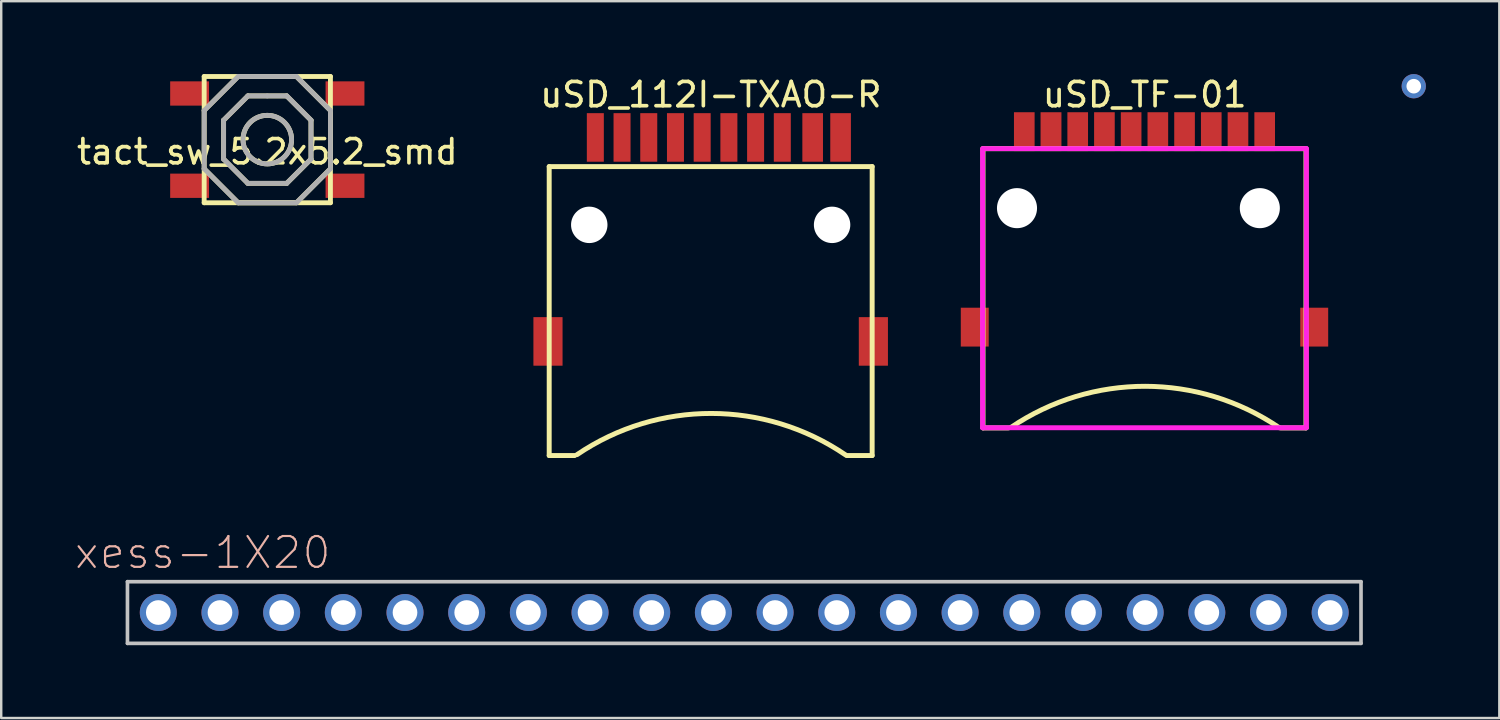
<source format=kicad_pcb>
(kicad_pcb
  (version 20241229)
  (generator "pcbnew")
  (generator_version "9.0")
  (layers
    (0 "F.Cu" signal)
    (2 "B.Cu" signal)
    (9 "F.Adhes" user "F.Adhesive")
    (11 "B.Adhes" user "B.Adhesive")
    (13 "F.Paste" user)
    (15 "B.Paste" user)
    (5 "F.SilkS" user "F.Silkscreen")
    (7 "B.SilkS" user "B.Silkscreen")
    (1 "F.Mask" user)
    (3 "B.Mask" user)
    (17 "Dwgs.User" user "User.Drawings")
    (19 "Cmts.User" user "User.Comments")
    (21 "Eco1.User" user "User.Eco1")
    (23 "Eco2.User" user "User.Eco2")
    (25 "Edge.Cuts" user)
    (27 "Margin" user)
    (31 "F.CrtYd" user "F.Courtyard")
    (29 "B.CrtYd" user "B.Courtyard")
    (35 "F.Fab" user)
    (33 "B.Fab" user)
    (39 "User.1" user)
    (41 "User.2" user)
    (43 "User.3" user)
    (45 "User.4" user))
  (footprint "uSD_112I-TXAO-R"
    (layer "F.Cu")
    (at 26.217 1.61)
    (property "Reference" "uSD_112I-TXAO-R" (at 0.008 -0.762 0) (layer "F.SilkS") (effects (font (size 1 1) (thickness 0.15))))
    (attr smd)
    (fp_line (start -6.65 2.2) (end 6.65 2.2) (stroke (width 0.203) (type solid)) (layer "F.SilkS"))
    (fp_line (start -6.65 14.1) (end -6.65 2.2) (stroke (width 0.203) (type solid)) (layer "F.SilkS"))
    (fp_line (start -6.65 14.1) (end -5.6 14.1) (stroke (width 0.203) (type solid)) (layer "F.SilkS"))
    (fp_line (start 5.6 14.1) (end 6.65 14.1) (stroke (width 0.203) (type solid)) (layer "F.SilkS"))
    (fp_line (start 6.65 2.2) (end 6.65 14.1) (stroke (width 0.203) (type solid)) (layer "F.SilkS"))
    (fp_arc (start -5.502641 14.062027) (mid 0.026134 12.366689) (end 5.551798 14.07214) (stroke (width 0.2032) (type solid)) (layer "F.SilkS"))
    (pad "" np_thru_hole circle (at -5 4.6) (size 1.5 1.5) (drill 1.5) (layers "*.Cu" "*.Mask"))
    (pad "" np_thru_hole circle (at 5 4.6) (size 1.5 1.5) (drill 1.5) (layers "*.Cu" "*.Mask"))
    (pad "1" smd rect (at 2.95 1) (size 0.7 2) (layers "F.Cu" "F.Mask" "F.Paste"))
    (pad "2" smd rect (at 1.85 1) (size 0.7 2) (layers "F.Cu" "F.Mask" "F.Paste"))
    (pad "3" smd rect (at 0.75 1) (size 0.7 2) (layers "F.Cu" "F.Mask" "F.Paste"))
    (pad "4" smd rect (at -0.35 1) (size 0.7 2) (layers "F.Cu" "F.Mask" "F.Paste"))
    (pad "5" smd rect (at -1.45 1) (size 0.7 2) (layers "F.Cu" "F.Mask" "F.Paste"))
    (pad "6" smd rect (at -2.55 1) (size 0.7 2) (layers "F.Cu" "F.Mask" "F.Paste"))
    (pad "7" smd rect (at -3.65 1) (size 0.7 2) (layers "F.Cu" "F.Mask" "F.Paste"))
    (pad "8" smd rect (at -4.75 1) (size 0.7 2) (layers "F.Cu" "F.Mask" "F.Paste"))
    (pad "CD" smd rect (at 5.35 1) (size 0.85 2) (layers "F.Cu" "F.Mask" "F.Paste"))
    (pad "GND" smd rect (at 4.2 1) (size 0.85 2) (layers "F.Cu" "F.Mask" "F.Paste"))
    (pad "SH" smd rect (at -6.7 9.4) (size 1.2 2) (layers "F.Cu" "F.Mask" "F.Paste"))
    (pad "SH" smd rect (at 6.7 9.4) (size 1.2 2) (layers "F.Cu" "F.Mask" "F.Paste")))
  (footprint "tact_sw_5.2x5.2_smd"
    (layer "F.Cu")
    (at 7.958 2.7)
    (property "Reference" "tact_sw_5.2x5.2_smd" (at 0 0.5 0) (layer "F.SilkS") (effects (font (size 1 1) (thickness 0.15))))
    (attr through_hole)
    (fp_line (start -2.6 -2.6) (end 2.6 -2.6) (stroke (width 0.2) (type solid)) (layer "F.SilkS"))
    (fp_line (start -2.6 -1.2) (end -1.2 -2.6) (stroke (width 0.2) (type solid)) (layer "F.SilkS"))
    (fp_line (start -2.6 2.6) (end -2.6 -2.6) (stroke (width 0.2) (type solid)) (layer "F.SilkS"))
    (fp_line (start -1.8 -0.8) (end -0.8 -1.8) (stroke (width 0.2) (type solid)) (layer "F.SilkS"))
    (fp_line (start -1.8 0.8) (end -1.8 -0.8) (stroke (width 0.2) (type solid)) (layer "F.SilkS"))
    (fp_line (start -1.2 -2.6) (end 1.2 -2.6) (stroke (width 0.2) (type solid)) (layer "F.SilkS"))
    (fp_line (start -1.2 2.6) (end -2.6 1.2) (stroke (width 0.2) (type solid)) (layer "F.SilkS"))
    (fp_line (start -0.8 -1.8) (end 0.8 -1.8) (stroke (width 0.2) (type solid)) (layer "F.SilkS"))
    (fp_line (start -0.8 1.8) (end -1.8 0.8) (stroke (width 0.2) (type solid)) (layer "F.SilkS"))
    (fp_line (start 0.8 -1.8) (end 1.8 -0.8) (stroke (width 0.2) (type solid)) (layer "F.SilkS"))
    (fp_line (start 0.8 1.8) (end -0.8 1.8) (stroke (width 0.2) (type solid)) (layer "F.SilkS"))
    (fp_line (start 1.2 -2.6) (end 2.6 -1.2) (stroke (width 0.2) (type solid)) (layer "F.SilkS"))
    (fp_line (start 1.2 2.6) (end -1.2 2.6) (stroke (width 0.2) (type solid)) (layer "F.SilkS"))
    (fp_line (start 1.8 -0.8) (end 1.8 0.8) (stroke (width 0.2) (type solid)) (layer "F.SilkS"))
    (fp_line (start 1.8 0.8) (end 0.8 1.8) (stroke (width 0.2) (type solid)) (layer "F.SilkS"))
    (fp_line (start 2.6 -2.6) (end 2.6 2.6) (stroke (width 0.2) (type solid)) (layer "F.SilkS"))
    (fp_line (start 2.6 -1.2) (end 2.6 1.2) (stroke (width 0.2) (type solid)) (layer "F.SilkS"))
    (fp_line (start 2.6 1.2) (end 1.2 2.6) (stroke (width 0.2) (type solid)) (layer "F.SilkS"))
    (fp_line (start 2.6 2.6) (end -2.6 2.6) (stroke (width 0.2) (type solid)) (layer "F.SilkS"))
    (fp_circle (center 0 0) (end 0 -1) (stroke (width 0.2) (type solid)) (fill no) (layer "F.SilkS"))
    (fp_line (start -2.6 -2.6) (end 2.6 -2.6) (stroke (width 0.001) (type solid)) (layer "F.CrtYd"))
    (fp_line (start -2.6 2.6) (end -2.6 -2.6) (stroke (width 0.001) (type solid)) (layer "F.CrtYd"))
    (fp_line (start 2.6 -2.6) (end 2.6 2.6) (stroke (width 0.001) (type solid)) (layer "F.CrtYd"))
    (fp_line (start 2.6 2.6) (end -2.6 2.6) (stroke (width 0.001) (type solid)) (layer "F.CrtYd"))
    (fp_line (start -2.6 -1.2) (end -1.2 -2.6) (stroke (width 0.2) (type solid)) (layer "F.Fab"))
    (fp_line (start -2.6 1.2) (end -2.6 -1.2) (stroke (width 0.2) (type solid)) (layer "F.Fab"))
    (fp_line (start -1.8 -0.8) (end -0.8 -1.8) (stroke (width 0.2) (type solid)) (layer "F.Fab"))
    (fp_line (start -1.8 0.8) (end -1.8 -0.8) (stroke (width 0.2) (type solid)) (layer "F.Fab"))
    (fp_line (start -1.2 -2.6) (end 1.2 -2.6) (stroke (width 0.2) (type solid)) (layer "F.Fab"))
    (fp_line (start -1.2 2.6) (end -2.6 1.2) (stroke (width 0.2) (type solid)) (layer "F.Fab"))
    (fp_line (start -0.8 -1.8) (end 0 -1.8) (stroke (width 0.2) (type solid)) (layer "F.Fab"))
    (fp_line (start -0.8 1.8) (end -1.8 0.8) (stroke (width 0.2) (type solid)) (layer "F.Fab"))
    (fp_line (start 0 -1.8) (end 0.8 -1.8) (stroke (width 0.2) (type solid)) (layer "F.Fab"))
    (fp_line (start 0.8 -1.8) (end 1.8 -0.8) (stroke (width 0.2) (type solid)) (layer "F.Fab"))
    (fp_line (start 0.8 1.8) (end -0.8 1.8) (stroke (width 0.2) (type solid)) (layer "F.Fab"))
    (fp_line (start 1.2 -2.6) (end 2.6 -1.2) (stroke (width 0.2) (type solid)) (layer "F.Fab"))
    (fp_line (start 1.2 2.6) (end -1.2 2.6) (stroke (width 0.2) (type solid)) (layer "F.Fab"))
    (fp_line (start 1.8 -0.8) (end 1.8 0.8) (stroke (width 0.2) (type solid)) (layer "F.Fab"))
    (fp_line (start 1.8 0.8) (end 0.8 1.8) (stroke (width 0.2) (type solid)) (layer "F.Fab"))
    (fp_line (start 2.6 -1.2) (end 2.6 1.2) (stroke (width 0.2) (type solid)) (layer "F.Fab"))
    (fp_line (start 2.6 1.2) (end 1.2 2.6) (stroke (width 0.2) (type solid)) (layer "F.Fab"))
    (fp_circle (center 0 0) (end 0 -1) (stroke (width 0.2) (type solid)) (fill no) (layer "F.Fab"))
    (pad "1" smd rect (at -3.2 -1.9) (size 1.6 1) (layers "F.Cu" "F.Mask" "F.Paste"))
    (pad "1" smd rect (at 3.2 -1.9) (size 1.6 1) (layers "F.Cu" "F.Mask" "F.Paste"))
    (pad "2" smd rect (at -3.2 1.9) (size 1.6 1) (layers "F.Cu" "F.Mask" "F.Paste"))
    (pad "2" smd rect (at 3.2 1.9) (size 1.6 1) (layers "F.Cu" "F.Mask" "F.Paste")))
  (footprint "via-1.0mm"
    (layer "F.Cu")
    (at 55.171 0.5)
    (property "Reference" "via-1.0mm" (at 0 0.5 0) (layer "F.SilkS") (effects (font (size 0.127 0.127) (thickness 0.001))))
    (attr through_hole)
    (pad "1" thru_hole circle (at 0 0) (size 1 1) (drill 0.6) (layers "*.Cu")))
  (footprint "uSD_TF-01"
    (layer "F.Cu")
    (at 44.082 2.372)
    (property "Reference" "uSD_TF-01" (at 0.008 -1.524 0) (layer "F.SilkS") (effects (font (size 1 1) (thickness 0.15))))
    (attr smd)
    (fp_line (start -6.65 0.7) (end -6.65 12.2) (stroke (width 0.203) (type solid)) (layer "F.SilkS"))
    (fp_line (start -6.65 0.7) (end 6.65 0.7) (stroke (width 0.203) (type solid)) (layer "F.SilkS"))
    (fp_line (start -6.65 12.2) (end -5.6 12.2) (stroke (width 0.203) (type solid)) (layer "F.SilkS"))
    (fp_line (start 5.6 12.2) (end 6.65 12.2) (stroke (width 0.203) (type solid)) (layer "F.SilkS"))
    (fp_line (start 6.65 0.7) (end 6.65 12.2) (stroke (width 0.203) (type solid)) (layer "F.SilkS"))
    (fp_arc (start -5.502641 12.181887) (mid 0.026134 10.486549) (end 5.551798 12.192) (stroke (width 0.2032) (type solid)) (layer "F.SilkS"))
    (fp_line (start -6.668 0.699) (end -6.668 12.192) (stroke (width 0.203) (type solid)) (layer "F.CrtYd"))
    (fp_line (start -6.668 12.192) (end 6.668 12.192) (stroke (width 0.203) (type solid)) (layer "F.CrtYd"))
    (fp_line (start 6.668 0.699) (end -6.604 0.699) (stroke (width 0.203) (type solid)) (layer "F.CrtYd"))
    (fp_line (start 6.668 12.192) (end 6.668 0.699) (stroke (width 0.203) (type solid)) (layer "F.CrtYd"))
    (pad "" np_thru_hole circle (at -5.25 3.15) (size 1.65 1.65) (drill 1.65) (layers "*.Cu" "*.Mask"))
    (pad "" np_thru_hole circle (at 4.75 3.15) (size 1.65 1.65) (drill 1.65) (layers "*.Cu" "*.Mask"))
    (pad "1" smd rect (at 2.75 0) (size 0.85 1.6) (layers "F.Cu" "F.Mask" "F.Paste"))
    (pad "2" smd rect (at 1.65 0) (size 0.85 1.6) (layers "F.Cu" "F.Mask" "F.Paste"))
    (pad "3" smd rect (at 0.55 0) (size 0.85 1.6) (layers "F.Cu" "F.Mask" "F.Paste"))
    (pad "4" smd rect (at -0.55 0) (size 0.85 1.6) (layers "F.Cu" "F.Mask" "F.Paste"))
    (pad "5" smd rect (at -1.65 0) (size 0.85 1.6) (layers "F.Cu" "F.Mask" "F.Paste"))
    (pad "6" smd rect (at -2.75 0) (size 0.85 1.6) (layers "F.Cu" "F.Mask" "F.Paste"))
    (pad "7" smd rect (at -3.85 0) (size 0.86 1.6) (layers "F.Cu" "F.Mask" "F.Paste"))
    (pad "8" smd rect (at -4.95 0) (size 0.85 1.6) (layers "F.Cu" "F.Mask" "F.Paste"))
    (pad "CD" smd rect (at 4.95 0) (size 0.85 1.6) (layers "F.Cu" "F.Mask" "F.Paste"))
    (pad "GND" smd rect (at 3.85 0) (size 0.85 1.6) (layers "F.Cu" "F.Mask" "F.Paste"))
    (pad "SH" smd rect (at -6.99 8.05) (size 1.15 1.6) (layers "F.Cu" "F.Mask" "F.Paste"))
    (pad "SH" smd rect (at 6.99 8.05) (size 1.15 1.6) (layers "F.Cu" "F.Mask" "F.Paste")))
  (footprint "xess-1X20"
    (layer "F.Cu")
    (at 27.599 22.175)
    (property "Reference" "xess-1X20" (at -22.301 -2.464 0) (layer "B.SilkS") (effects (font (size 1.27 1.27) (thickness 0.089))))
    (attr exclude_from_pos_files exclude_from_bom)
    (fp_line (start -25.4 -1.27) (end 25.4 -1.27) (stroke (width 0.15) (type solid)) (layer "Dwgs.User"))
    (fp_line (start -25.4 1.27) (end -25.4 -1.27) (stroke (width 0.15) (type solid)) (layer "Dwgs.User"))
    (fp_line (start -24.384 -0.254) (end -23.876 -0.254) (stroke (width 0.066) (type solid)) (layer "Dwgs.User"))
    (fp_line (start -24.384 0.254) (end -24.384 -0.254) (stroke (width 0.066) (type solid)) (layer "Dwgs.User"))
    (fp_line (start -24.384 0.254) (end -23.876 0.254) (stroke (width 0.066) (type solid)) (layer "Dwgs.User"))
    (fp_line (start -23.876 0.254) (end -23.876 -0.254) (stroke (width 0.066) (type solid)) (layer "Dwgs.User"))
    (fp_line (start -21.844 -0.254) (end -21.336 -0.254) (stroke (width 0.066) (type solid)) (layer "Dwgs.User"))
    (fp_line (start -21.844 0.254) (end -21.844 -0.254) (stroke (width 0.066) (type solid)) (layer "Dwgs.User"))
    (fp_line (start -21.844 0.254) (end -21.336 0.254) (stroke (width 0.066) (type solid)) (layer "Dwgs.User"))
    (fp_line (start -21.336 0.254) (end -21.336 -0.254) (stroke (width 0.066) (type solid)) (layer "Dwgs.User"))
    (fp_line (start -19.304 -0.254) (end -18.796 -0.254) (stroke (width 0.066) (type solid)) (layer "Dwgs.User"))
    (fp_line (start -19.304 0.254) (end -19.304 -0.254) (stroke (width 0.066) (type solid)) (layer "Dwgs.User"))
    (fp_line (start -19.304 0.254) (end -18.796 0.254) (stroke (width 0.066) (type solid)) (layer "Dwgs.User"))
    (fp_line (start -18.796 0.254) (end -18.796 -0.254) (stroke (width 0.066) (type solid)) (layer "Dwgs.User"))
    (fp_line (start -16.764 -0.254) (end -16.256 -0.254) (stroke (width 0.066) (type solid)) (layer "Dwgs.User"))
    (fp_line (start -16.764 0.254) (end -16.764 -0.254) (stroke (width 0.066) (type solid)) (layer "Dwgs.User"))
    (fp_line (start -16.764 0.254) (end -16.256 0.254) (stroke (width 0.066) (type solid)) (layer "Dwgs.User"))
    (fp_line (start -16.256 0.254) (end -16.256 -0.254) (stroke (width 0.066) (type solid)) (layer "Dwgs.User"))
    (fp_line (start -14.224 -0.254) (end -13.716 -0.254) (stroke (width 0.066) (type solid)) (layer "Dwgs.User"))
    (fp_line (start -14.224 0.254) (end -14.224 -0.254) (stroke (width 0.066) (type solid)) (layer "Dwgs.User"))
    (fp_line (start -14.224 0.254) (end -13.716 0.254) (stroke (width 0.066) (type solid)) (layer "Dwgs.User"))
    (fp_line (start -13.716 0.254) (end -13.716 -0.254) (stroke (width 0.066) (type solid)) (layer "Dwgs.User"))
    (fp_line (start -11.684 -0.254) (end -11.176 -0.254) (stroke (width 0.066) (type solid)) (layer "Dwgs.User"))
    (fp_line (start -11.684 0.254) (end -11.684 -0.254) (stroke (width 0.066) (type solid)) (layer "Dwgs.User"))
    (fp_line (start -11.684 0.254) (end -11.176 0.254) (stroke (width 0.066) (type solid)) (layer "Dwgs.User"))
    (fp_line (start -11.176 0.254) (end -11.176 -0.254) (stroke (width 0.066) (type solid)) (layer "Dwgs.User"))
    (fp_line (start -9.144 -0.254) (end -8.636 -0.254) (stroke (width 0.066) (type solid)) (layer "Dwgs.User"))
    (fp_line (start -9.144 0.254) (end -9.144 -0.254) (stroke (width 0.066) (type solid)) (layer "Dwgs.User"))
    (fp_line (start -9.144 0.254) (end -8.636 0.254) (stroke (width 0.066) (type solid)) (layer "Dwgs.User"))
    (fp_line (start -8.636 0.254) (end -8.636 -0.254) (stroke (width 0.066) (type solid)) (layer "Dwgs.User"))
    (fp_line (start -6.604 -0.254) (end -6.096 -0.254) (stroke (width 0.066) (type solid)) (layer "Dwgs.User"))
    (fp_line (start -6.604 0.254) (end -6.604 -0.254) (stroke (width 0.066) (type solid)) (layer "Dwgs.User"))
    (fp_line (start -6.604 0.254) (end -6.096 0.254) (stroke (width 0.066) (type solid)) (layer "Dwgs.User"))
    (fp_line (start -6.096 0.254) (end -6.096 -0.254) (stroke (width 0.066) (type solid)) (layer "Dwgs.User"))
    (fp_line (start -4.064 -0.254) (end -3.556 -0.254) (stroke (width 0.066) (type solid)) (layer "Dwgs.User"))
    (fp_line (start -4.064 0.254) (end -4.064 -0.254) (stroke (width 0.066) (type solid)) (layer "Dwgs.User"))
    (fp_line (start -4.064 0.254) (end -3.556 0.254) (stroke (width 0.066) (type solid)) (layer "Dwgs.User"))
    (fp_line (start -3.556 0.254) (end -3.556 -0.254) (stroke (width 0.066) (type solid)) (layer "Dwgs.User"))
    (fp_line (start -1.524 -0.254) (end -1.016 -0.254) (stroke (width 0.066) (type solid)) (layer "Dwgs.User"))
    (fp_line (start -1.524 0.254) (end -1.524 -0.254) (stroke (width 0.066) (type solid)) (layer "Dwgs.User"))
    (fp_line (start -1.524 0.254) (end -1.016 0.254) (stroke (width 0.066) (type solid)) (layer "Dwgs.User"))
    (fp_line (start -1.016 0.254) (end -1.016 -0.254) (stroke (width 0.066) (type solid)) (layer "Dwgs.User"))
    (fp_line (start 1.016 -0.254) (end 1.524 -0.254) (stroke (width 0.066) (type solid)) (layer "Dwgs.User"))
    (fp_line (start 1.016 0.254) (end 1.016 -0.254) (stroke (width 0.066) (type solid)) (layer "Dwgs.User"))
    (fp_line (start 1.016 0.254) (end 1.524 0.254) (stroke (width 0.066) (type solid)) (layer "Dwgs.User"))
    (fp_line (start 1.524 0.254) (end 1.524 -0.254) (stroke (width 0.066) (type solid)) (layer "Dwgs.User"))
    (fp_line (start 3.556 -0.254) (end 4.064 -0.254) (stroke (width 0.066) (type solid)) (layer "Dwgs.User"))
    (fp_line (start 3.556 0.254) (end 3.556 -0.254) (stroke (width 0.066) (type solid)) (layer "Dwgs.User"))
    (fp_line (start 3.556 0.254) (end 4.064 0.254) (stroke (width 0.066) (type solid)) (layer "Dwgs.User"))
    (fp_line (start 4.064 0.254) (end 4.064 -0.254) (stroke (width 0.066) (type solid)) (layer "Dwgs.User"))
    (fp_line (start 6.096 -0.254) (end 6.604 -0.254) (stroke (width 0.066) (type solid)) (layer "Dwgs.User"))
    (fp_line (start 6.096 0.254) (end 6.096 -0.254) (stroke (width 0.066) (type solid)) (layer "Dwgs.User"))
    (fp_line (start 6.096 0.254) (end 6.604 0.254) (stroke (width 0.066) (type solid)) (layer "Dwgs.User"))
    (fp_line (start 6.604 0.254) (end 6.604 -0.254) (stroke (width 0.066) (type solid)) (layer "Dwgs.User"))
    (fp_line (start 8.636 -0.254) (end 9.144 -0.254) (stroke (width 0.066) (type solid)) (layer "Dwgs.User"))
    (fp_line (start 8.636 0.254) (end 8.636 -0.254) (stroke (width 0.066) (type solid)) (layer "Dwgs.User"))
    (fp_line (start 8.636 0.254) (end 9.144 0.254) (stroke (width 0.066) (type solid)) (layer "Dwgs.User"))
    (fp_line (start 9.144 0.254) (end 9.144 -0.254) (stroke (width 0.066) (type solid)) (layer "Dwgs.User"))
    (fp_line (start 11.176 -0.254) (end 11.684 -0.254) (stroke (width 0.066) (type solid)) (layer "Dwgs.User"))
    (fp_line (start 11.176 0.254) (end 11.176 -0.254) (stroke (width 0.066) (type solid)) (layer "Dwgs.User"))
    (fp_line (start 11.176 0.254) (end 11.684 0.254) (stroke (width 0.066) (type solid)) (layer "Dwgs.User"))
    (fp_line (start 11.684 0.254) (end 11.684 -0.254) (stroke (width 0.066) (type solid)) (layer "Dwgs.User"))
    (fp_line (start 13.716 -0.254) (end 14.224 -0.254) (stroke (width 0.066) (type solid)) (layer "Dwgs.User"))
    (fp_line (start 13.716 0.254) (end 13.716 -0.254) (stroke (width 0.066) (type solid)) (layer "Dwgs.User"))
    (fp_line (start 13.716 0.254) (end 14.224 0.254) (stroke (width 0.066) (type solid)) (layer "Dwgs.User"))
    (fp_line (start 14.224 0.254) (end 14.224 -0.254) (stroke (width 0.066) (type solid)) (layer "Dwgs.User"))
    (fp_line (start 16.256 -0.254) (end 16.764 -0.254) (stroke (width 0.066) (type solid)) (layer "Dwgs.User"))
    (fp_line (start 16.256 0.254) (end 16.256 -0.254) (stroke (width 0.066) (type solid)) (layer "Dwgs.User"))
    (fp_line (start 16.256 0.254) (end 16.764 0.254) (stroke (width 0.066) (type solid)) (layer "Dwgs.User"))
    (fp_line (start 16.764 0.254) (end 16.764 -0.254) (stroke (width 0.066) (type solid)) (layer "Dwgs.User"))
    (fp_line (start 18.796 -0.254) (end 19.304 -0.254) (stroke (width 0.066) (type solid)) (layer "Dwgs.User"))
    (fp_line (start 18.796 0.254) (end 18.796 -0.254) (stroke (width 0.066) (type solid)) (layer "Dwgs.User"))
    (fp_line (start 18.796 0.254) (end 19.304 0.254) (stroke (width 0.066) (type solid)) (layer "Dwgs.User"))
    (fp_line (start 19.304 0.254) (end 19.304 -0.254) (stroke (width 0.066) (type solid)) (layer "Dwgs.User"))
    (fp_line (start 21.336 -0.254) (end 21.844 -0.254) (stroke (width 0.066) (type solid)) (layer "Dwgs.User"))
    (fp_line (start 21.336 0.254) (end 21.336 -0.254) (stroke (width 0.066) (type solid)) (layer "Dwgs.User"))
    (fp_line (start 21.336 0.254) (end 21.844 0.254) (stroke (width 0.066) (type solid)) (layer "Dwgs.User"))
    (fp_line (start 21.844 0.254) (end 21.844 -0.254) (stroke (width 0.066) (type solid)) (layer "Dwgs.User"))
    (fp_line (start 23.876 -0.254) (end 24.384 -0.254) (stroke (width 0.066) (type solid)) (layer "Dwgs.User"))
    (fp_line (start 23.876 0.254) (end 23.876 -0.254) (stroke (width 0.066) (type solid)) (layer "Dwgs.User"))
    (fp_line (start 23.876 0.254) (end 24.384 0.254) (stroke (width 0.066) (type solid)) (layer "Dwgs.User"))
    (fp_line (start 24.384 0.254) (end 24.384 -0.254) (stroke (width 0.066) (type solid)) (layer "Dwgs.User"))
    (fp_line (start 25.4 -1.27) (end 25.4 1.27) (stroke (width 0.15) (type solid)) (layer "Dwgs.User"))
    (fp_line (start 25.4 1.27) (end -25.4 1.27) (stroke (width 0.15) (type solid)) (layer "Dwgs.User"))
    (pad "1" thru_hole circle (at -24.13 0) (size 1.524 1.524) (drill 1.016) (layers "*.Cu" "*.Mask"))
    (pad "2" thru_hole circle (at -21.59 0) (size 1.524 1.524) (drill 1.016) (layers "*.Cu" "*.Mask"))
    (pad "3" thru_hole circle (at -19.05 0) (size 1.524 1.524) (drill 1.016) (layers "*.Cu" "*.Mask"))
    (pad "4" thru_hole circle (at -16.51 0) (size 1.524 1.524) (drill 1.016) (layers "*.Cu" "*.Mask"))
    (pad "5" thru_hole circle (at -13.97 0) (size 1.524 1.524) (drill 1.016) (layers "*.Cu" "*.Mask"))
    (pad "6" thru_hole circle (at -11.43 0) (size 1.524 1.524) (drill 1.016) (layers "*.Cu" "*.Mask"))
    (pad "7" thru_hole circle (at -8.89 0) (size 1.524 1.524) (drill 1.016) (layers "*.Cu" "*.Mask"))
    (pad "8" thru_hole circle (at -6.35 0) (size 1.524 1.524) (drill 1.016) (layers "*.Cu" "*.Mask"))
    (pad "9" thru_hole circle (at -3.81 0) (size 1.524 1.524) (drill 1.016) (layers "*.Cu" "*.Mask"))
    (pad "10" thru_hole circle (at -1.27 0) (size 1.524 1.524) (drill 1.016) (layers "*.Cu" "*.Mask"))
    (pad "11" thru_hole circle (at 1.27 0) (size 1.524 1.524) (drill 1.016) (layers "*.Cu" "*.Mask"))
    (pad "12" thru_hole circle (at 3.81 0) (size 1.524 1.524) (drill 1.016) (layers "*.Cu" "*.Mask"))
    (pad "13" thru_hole circle (at 6.35 0) (size 1.524 1.524) (drill 1.016) (layers "*.Cu" "*.Mask"))
    (pad "14" thru_hole circle (at 8.89 0) (size 1.524 1.524) (drill 1.016) (layers "*.Cu" "*.Mask"))
    (pad "15" thru_hole circle (at 11.43 0) (size 1.524 1.524) (drill 1.016) (layers "*.Cu" "*.Mask"))
    (pad "16" thru_hole circle (at 13.97 0) (size 1.524 1.524) (drill 1.016) (layers "*.Cu" "*.Mask"))
    (pad "17" thru_hole circle (at 16.51 0) (size 1.524 1.524) (drill 1.016) (layers "*.Cu" "*.Mask"))
    (pad "18" thru_hole circle (at 19.05 0) (size 1.524 1.524) (drill 1.016) (layers "*.Cu" "*.Mask"))
    (pad "19" thru_hole circle (at 21.59 0) (size 1.524 1.524) (drill 1.016) (layers "*.Cu" "*.Mask"))
    (pad "20" thru_hole circle (at 24.13 0) (size 1.524 1.524) (drill 1.016) (layers "*.Cu" "*.Mask")))
  (gr_rect
    (start -3 -3)
    (end 58.695 26.52)
    (stroke (width 0.1) (type default))
    (fill no)
    (layer "Edge.Cuts")))
</source>
